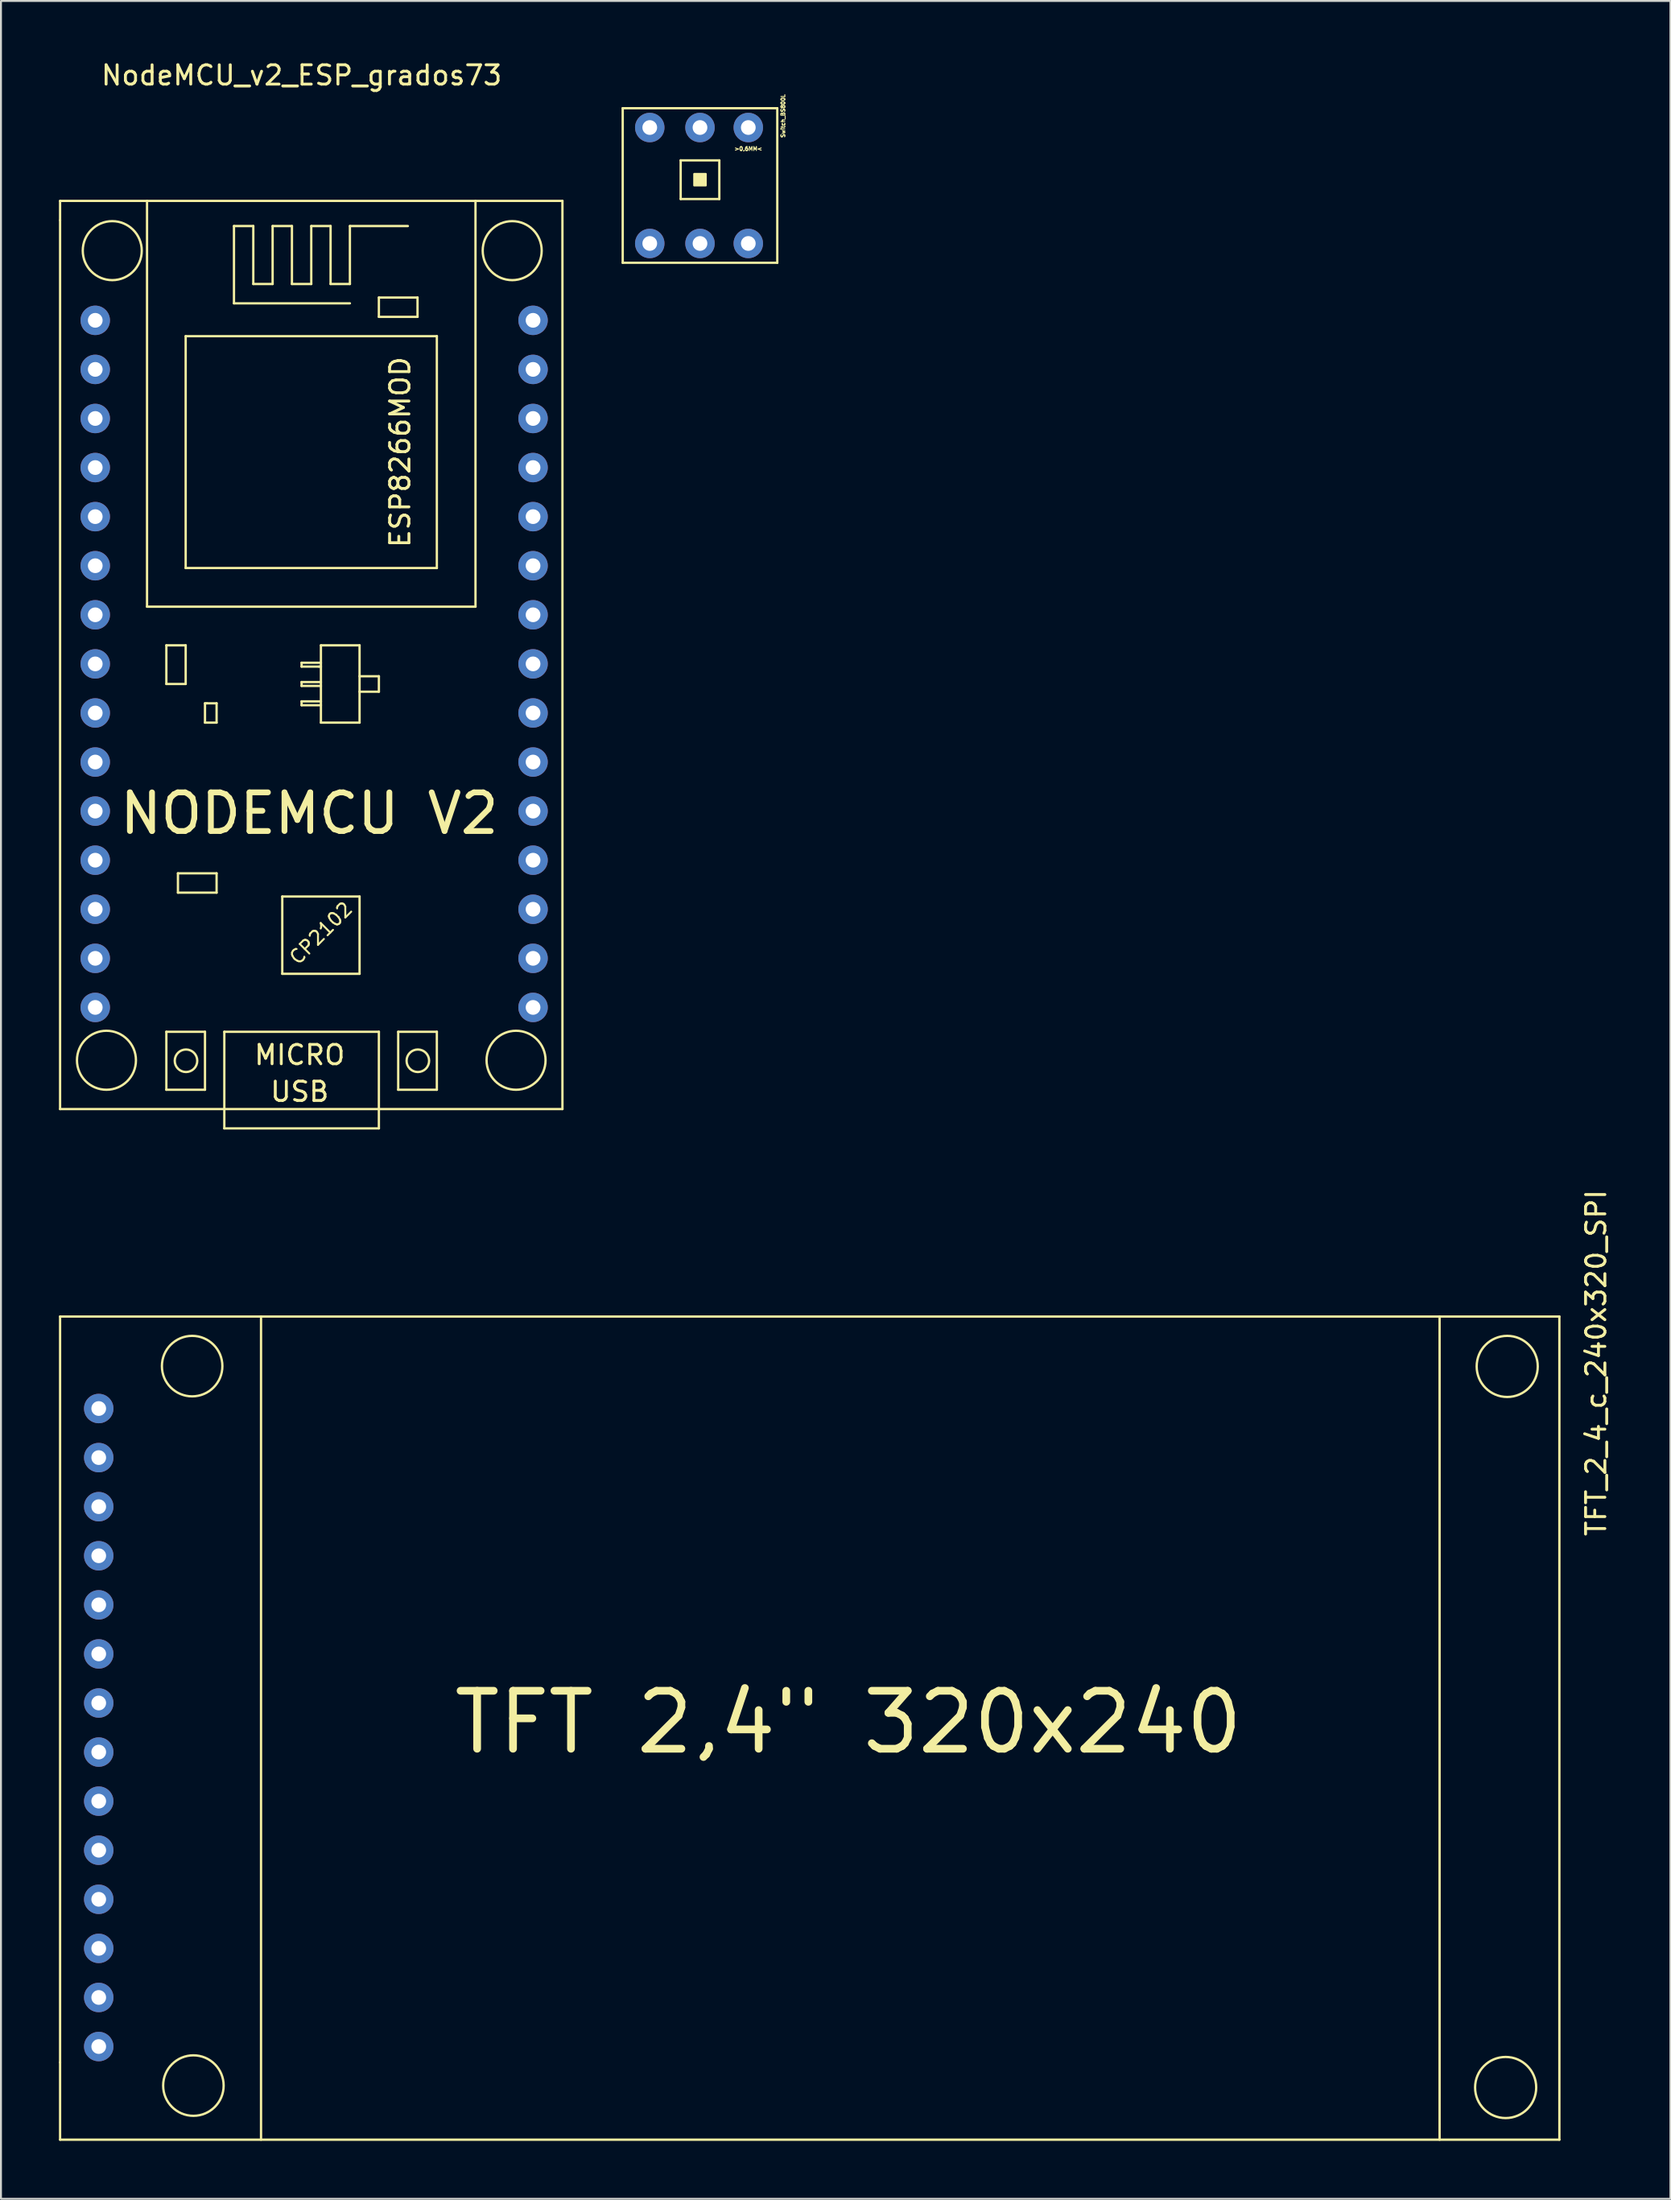
<source format=kicad_pcb>
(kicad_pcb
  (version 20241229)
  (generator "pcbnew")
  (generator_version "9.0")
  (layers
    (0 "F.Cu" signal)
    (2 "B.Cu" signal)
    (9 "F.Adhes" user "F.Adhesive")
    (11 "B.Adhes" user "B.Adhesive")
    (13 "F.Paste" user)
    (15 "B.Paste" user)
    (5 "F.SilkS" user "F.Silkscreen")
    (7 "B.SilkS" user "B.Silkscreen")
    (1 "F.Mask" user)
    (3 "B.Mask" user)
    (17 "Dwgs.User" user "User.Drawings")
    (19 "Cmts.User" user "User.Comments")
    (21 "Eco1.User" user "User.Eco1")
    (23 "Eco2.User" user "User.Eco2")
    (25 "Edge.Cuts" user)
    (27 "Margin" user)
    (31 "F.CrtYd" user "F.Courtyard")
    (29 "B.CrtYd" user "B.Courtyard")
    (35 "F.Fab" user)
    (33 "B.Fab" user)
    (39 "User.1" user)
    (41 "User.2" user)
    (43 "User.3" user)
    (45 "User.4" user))
  (footprint "Switch_BS800L"
    (layer "F.Cu")
    (at 33.18 0.25)
    (property "Reference" "Switch_BS800L" (at 4.3 2.7 90) (layer "F.SilkS") (effects (font (size 0.2 0.2) (thickness 0.05))))
    (attr through_hole)
    (fp_line (start -4 2.3) (end -4 10.3) (stroke (width 0.12) (type solid)) (layer "F.SilkS"))
    (fp_line (start -4 10.3) (end 4 10.3) (stroke (width 0.12) (type solid)) (layer "F.SilkS"))
    (fp_line (start -1 5) (end -1 7) (stroke (width 0.12) (type solid)) (layer "F.SilkS"))
    (fp_line (start -1 7) (end 1 7) (stroke (width 0.12) (type solid)) (layer "F.SilkS"))
    (fp_line (start 1 5) (end -1 5) (stroke (width 0.12) (type solid)) (layer "F.SilkS"))
    (fp_line (start 1 7) (end 1 5) (stroke (width 0.12) (type solid)) (layer "F.SilkS"))
    (fp_line (start 4 2.3) (end -4 2.3) (stroke (width 0.12) (type solid)) (layer "F.SilkS"))
    (fp_line (start 4 10.3) (end 4 2.3) (stroke (width 0.12) (type solid)) (layer "F.SilkS"))
    (fp_poly (pts (xy 0.3 6.3) (xy -0.3 6.3) (xy -0.3 5.7) (xy 0.3 5.7)) (stroke (width 0.1) (type solid)) (fill yes) (layer "F.SilkS"))
    (fp_text user ">0,6MM<" (at 2.5 4.4 0) (layer "F.SilkS") (effects (font (size 0.2 0.2) (thickness 0.05))))
    (pad "" thru_hole circle (at -2.6 3.3) (size 1.524 1.524) (drill 0.762) (layers "*.Cu" "*.Mask"))
    (pad "" thru_hole circle (at -2.6 9.3) (size 1.524 1.524) (drill 0.762) (layers "*.Cu" "*.Mask"))
    (pad "1" thru_hole circle (at 2.5 3.3) (size 1.524 1.524) (drill 0.762) (layers "*.Cu" "*.Mask"))
    (pad "1" thru_hole circle (at 2.5 9.3) (size 1.524 1.524) (drill 0.762) (layers "*.Cu" "*.Mask"))
    (pad "2" thru_hole circle (at 0 3.3) (size 1.524 1.524) (drill 0.762) (layers "*.Cu" "*.Mask"))
    (pad "2" thru_hole circle (at 0 9.3) (size 1.524 1.524) (drill 0.762) (layers "*.Cu" "*.Mask")))
  (footprint "NodeMCU_v2_ESP_grados73"
    (layer "F.Cu")
    (at 12.56 0.348)
    (property "Reference" "NodeMCU_v2_ESP_grados73" (at 0 0.5 0) (layer "F.SilkS") (effects (font (size 1 1) (thickness 0.15))))
    (attr through_hole)
    (fp_line (start -12.5 7) (end -12.5 8) (stroke (width 0.12) (type solid)) (layer "F.SilkS"))
    (fp_line (start -12.5 54) (end -12.5 8) (stroke (width 0.12) (type solid)) (layer "F.SilkS"))
    (fp_line (start -8 7) (end -8 28) (stroke (width 0.12) (type solid)) (layer "F.SilkS"))
    (fp_line (start -7 30) (end -7 32) (stroke (width 0.12) (type solid)) (layer "F.SilkS"))
    (fp_line (start -7 32) (end -6 32) (stroke (width 0.12) (type solid)) (layer "F.SilkS"))
    (fp_line (start -7 50) (end -7 53) (stroke (width 0.12) (type solid)) (layer "F.SilkS"))
    (fp_line (start -7 53) (end -5 53) (stroke (width 0.12) (type solid)) (layer "F.SilkS"))
    (fp_line (start -6.4 41.8) (end -6.4 42.8) (stroke (width 0.12) (type solid)) (layer "F.SilkS"))
    (fp_line (start -6.4 42.8) (end -4.4 42.8) (stroke (width 0.12) (type solid)) (layer "F.SilkS"))
    (fp_line (start -6 14) (end -6 26) (stroke (width 0.12) (type solid)) (layer "F.SilkS"))
    (fp_line (start -6 26) (end 7 26) (stroke (width 0.12) (type solid)) (layer "F.SilkS"))
    (fp_line (start -6 30) (end -7 30) (stroke (width 0.12) (type solid)) (layer "F.SilkS"))
    (fp_line (start -6 32) (end -6 30) (stroke (width 0.12) (type solid)) (layer "F.SilkS"))
    (fp_line (start -5 33) (end -5 34) (stroke (width 0.12) (type solid)) (layer "F.SilkS"))
    (fp_line (start -5 34) (end -4.4 34) (stroke (width 0.12) (type solid)) (layer "F.SilkS"))
    (fp_line (start -5 50) (end -7 50) (stroke (width 0.12) (type solid)) (layer "F.SilkS"))
    (fp_line (start -5 53) (end -5 50) (stroke (width 0.12) (type solid)) (layer "F.SilkS"))
    (fp_line (start -4.9 33) (end -5 33) (stroke (width 0.12) (type solid)) (layer "F.SilkS"))
    (fp_line (start -4.4 33) (end -4.9 33) (stroke (width 0.12) (type solid)) (layer "F.SilkS"))
    (fp_line (start -4.4 34) (end -4.4 33) (stroke (width 0.12) (type solid)) (layer "F.SilkS"))
    (fp_line (start -4.4 41.8) (end -6.4 41.8) (stroke (width 0.12) (type solid)) (layer "F.SilkS"))
    (fp_line (start -4.4 42.8) (end -4.4 41.8) (stroke (width 0.12) (type solid)) (layer "F.SilkS"))
    (fp_line (start -4 50) (end -4 55) (stroke (width 0.12) (type solid)) (layer "F.SilkS"))
    (fp_line (start -4 55) (end 4 55) (stroke (width 0.12) (type solid)) (layer "F.SilkS"))
    (fp_line (start -3.5 8.3) (end -3.5 12.3) (stroke (width 0.12) (type solid)) (layer "F.SilkS"))
    (fp_line (start -3.5 12.3) (end 2.5 12.3) (stroke (width 0.12) (type solid)) (layer "F.SilkS"))
    (fp_line (start -2.5 8.3) (end -3.5 8.3) (stroke (width 0.12) (type solid)) (layer "F.SilkS"))
    (fp_line (start -2.5 11.3) (end -2.5 8.3) (stroke (width 0.12) (type solid)) (layer "F.SilkS"))
    (fp_line (start -1.5 8.3) (end -1.5 11.3) (stroke (width 0.12) (type solid)) (layer "F.SilkS"))
    (fp_line (start -1.5 11.3) (end -2.5 11.3) (stroke (width 0.12) (type solid)) (layer "F.SilkS"))
    (fp_line (start -1 43) (end -1 47) (stroke (width 0.12) (type solid)) (layer "F.SilkS"))
    (fp_line (start -1 47) (end 3 47) (stroke (width 0.12) (type solid)) (layer "F.SilkS"))
    (fp_line (start -0.5 8.3) (end -1.5 8.3) (stroke (width 0.12) (type solid)) (layer "F.SilkS"))
    (fp_line (start -0.5 11.3) (end -0.5 8.3) (stroke (width 0.12) (type solid)) (layer "F.SilkS"))
    (fp_line (start 0 30.9) (end 0 31.1) (stroke (width 0.12) (type solid)) (layer "F.SilkS"))
    (fp_line (start 0 31.1) (end 0.9 31.1) (stroke (width 0.12) (type solid)) (layer "F.SilkS"))
    (fp_line (start 0 31.9) (end 0 32.1) (stroke (width 0.12) (type solid)) (layer "F.SilkS"))
    (fp_line (start 0 32.1) (end 1 32.1) (stroke (width 0.12) (type solid)) (layer "F.SilkS"))
    (fp_line (start 0 32.9) (end 0 33.1) (stroke (width 0.12) (type solid)) (layer "F.SilkS"))
    (fp_line (start 0 33.1) (end 1 33.1) (stroke (width 0.12) (type solid)) (layer "F.SilkS"))
    (fp_line (start 0.5 8.3) (end 0.5 11.3) (stroke (width 0.12) (type solid)) (layer "F.SilkS"))
    (fp_line (start 0.5 11.3) (end -0.5 11.3) (stroke (width 0.12) (type solid)) (layer "F.SilkS"))
    (fp_line (start 0.9 31.1) (end 1 31.1) (stroke (width 0.12) (type solid)) (layer "F.SilkS"))
    (fp_line (start 1 30) (end 1 34) (stroke (width 0.12) (type solid)) (layer "F.SilkS"))
    (fp_line (start 1 30.9) (end 0 30.9) (stroke (width 0.12) (type solid)) (layer "F.SilkS"))
    (fp_line (start 1 31.9) (end 0 31.9) (stroke (width 0.12) (type solid)) (layer "F.SilkS"))
    (fp_line (start 1 32.9) (end 0 32.9) (stroke (width 0.12) (type solid)) (layer "F.SilkS"))
    (fp_line (start 1 34) (end 3 34) (stroke (width 0.12) (type solid)) (layer "F.SilkS"))
    (fp_line (start 1.5 8.3) (end 0.5 8.3) (stroke (width 0.12) (type solid)) (layer "F.SilkS"))
    (fp_line (start 1.5 11.3) (end 1.5 8.3) (stroke (width 0.12) (type solid)) (layer "F.SilkS"))
    (fp_line (start 2.5 8.3) (end 2.5 11.3) (stroke (width 0.12) (type solid)) (layer "F.SilkS"))
    (fp_line (start 2.5 11.3) (end 1.5 11.3) (stroke (width 0.12) (type solid)) (layer "F.SilkS"))
    (fp_line (start 3 30) (end 1 30) (stroke (width 0.12) (type solid)) (layer "F.SilkS"))
    (fp_line (start 3 31.6) (end 4 31.6) (stroke (width 0.12) (type solid)) (layer "F.SilkS"))
    (fp_line (start 3 34) (end 3 30) (stroke (width 0.12) (type solid)) (layer "F.SilkS"))
    (fp_line (start 3 43) (end -1 43) (stroke (width 0.12) (type solid)) (layer "F.SilkS"))
    (fp_line (start 3 47) (end 3 43) (stroke (width 0.12) (type solid)) (layer "F.SilkS"))
    (fp_line (start 4 12) (end 4 13) (stroke (width 0.12) (type solid)) (layer "F.SilkS"))
    (fp_line (start 4 13) (end 6 13) (stroke (width 0.12) (type solid)) (layer "F.SilkS"))
    (fp_line (start 4 31.6) (end 4 32.4) (stroke (width 0.12) (type solid)) (layer "F.SilkS"))
    (fp_line (start 4 32.4) (end 3 32.4) (stroke (width 0.12) (type solid)) (layer "F.SilkS"))
    (fp_line (start 4 50) (end -4 50) (stroke (width 0.12) (type solid)) (layer "F.SilkS"))
    (fp_line (start 4 55) (end 4 50) (stroke (width 0.12) (type solid)) (layer "F.SilkS"))
    (fp_line (start 5 50) (end 5 53) (stroke (width 0.12) (type solid)) (layer "F.SilkS"))
    (fp_line (start 5 53) (end 7 53) (stroke (width 0.12) (type solid)) (layer "F.SilkS"))
    (fp_line (start 5.5 8.3) (end 2.5 8.3) (stroke (width 0.12) (type solid)) (layer "F.SilkS"))
    (fp_line (start 6 12) (end 4 12) (stroke (width 0.12) (type solid)) (layer "F.SilkS"))
    (fp_line (start 6 13) (end 6 12) (stroke (width 0.12) (type solid)) (layer "F.SilkS"))
    (fp_line (start 7 14) (end -6 14) (stroke (width 0.12) (type solid)) (layer "F.SilkS"))
    (fp_line (start 7 26) (end 7 14) (stroke (width 0.12) (type solid)) (layer "F.SilkS"))
    (fp_line (start 7 50) (end 5 50) (stroke (width 0.12) (type solid)) (layer "F.SilkS"))
    (fp_line (start 7 53) (end 7 50) (stroke (width 0.12) (type solid)) (layer "F.SilkS"))
    (fp_line (start 9 7) (end 9 28) (stroke (width 0.12) (type solid)) (layer "F.SilkS"))
    (fp_line (start 9 28) (end -8 28) (stroke (width 0.12) (type solid)) (layer "F.SilkS"))
    (fp_line (start 13.5 7) (end -12.5 7) (stroke (width 0.12) (type solid)) (layer "F.SilkS"))
    (fp_line (start 13.5 7) (end 13.5 54) (stroke (width 0.12) (type solid)) (layer "F.SilkS"))
    (fp_line (start 13.5 54) (end -12.5 54) (stroke (width 0.12) (type solid)) (layer "F.SilkS"))
    (fp_circle (center -10.1 51.474) (end -8.8 52.274) (stroke (width 0.12) (type solid)) (fill no) (layer "F.SilkS"))
    (fp_circle (center -9.8 9.574) (end -8.5 10.374) (stroke (width 0.12) (type solid)) (fill no) (layer "F.SilkS"))
    (fp_circle (center -5.983 51.5) (end -5.483 51.8) (stroke (width 0.12) (type solid)) (fill no) (layer "F.SilkS"))
    (fp_circle (center 6.017 51.5) (end 6.517 51.8) (stroke (width 0.12) (type solid)) (fill no) (layer "F.SilkS"))
    (fp_circle (center 10.9 9.574) (end 12.2 10.374) (stroke (width 0.12) (type solid)) (fill no) (layer "F.SilkS"))
    (fp_circle (center 11.1 51.474) (end 12.4 52.274) (stroke (width 0.12) (type solid)) (fill no) (layer "F.SilkS"))
    (fp_text user "CP2102" (at 1 44.9 45) (layer "F.SilkS") (effects (font (size 0.7 0.7) (thickness 0.1))))
    (fp_text user "NODEMCU V2" (at 0.4 38.7 0) (layer "F.SilkS") (effects (font (size 2 2) (thickness 0.3))))
    (fp_text user "ESP8266MOD" (at 5.1 20 270) (layer "F.SilkS") (effects (font (size 1 1) (thickness 0.15))))
    (fp_text user "MICRO" (at -0.1 51.2 0) (layer "F.SilkS") (effects (font (size 1 1) (thickness 0.15))))
    (fp_text user "USB" (at -0.1 53.1 0) (layer "F.SilkS") (effects (font (size 1 1) (thickness 0.15))))
    (pad "1" thru_hole circle (at -10.68 13.18) (size 1.524 1.524) (drill 0.762) (layers "*.Cu" "*.Mask"))
    (pad "2" thru_hole circle (at -10.68 15.72) (size 1.524 1.524) (drill 0.762) (layers "*.Cu" "*.Mask"))
    (pad "3" thru_hole circle (at -10.68 18.26) (size 1.524 1.524) (drill 0.762) (layers "*.Cu" "*.Mask"))
    (pad "4" thru_hole circle (at -10.68 20.8) (size 1.524 1.524) (drill 0.762) (layers "*.Cu" "*.Mask"))
    (pad "5" thru_hole circle (at -10.68 23.34) (size 1.524 1.524) (drill 0.762) (layers "*.Cu" "*.Mask"))
    (pad "6" thru_hole circle (at -10.68 25.88) (size 1.524 1.524) (drill 0.762) (layers "*.Cu" "*.Mask"))
    (pad "7" thru_hole circle (at -10.68 28.42) (size 1.524 1.524) (drill 0.762) (layers "*.Cu" "*.Mask"))
    (pad "8" thru_hole circle (at -10.68 30.96) (size 1.524 1.524) (drill 0.762) (layers "*.Cu" "*.Mask"))
    (pad "9" thru_hole circle (at -10.68 33.5) (size 1.524 1.524) (drill 0.762) (layers "*.Cu" "*.Mask"))
    (pad "10" thru_hole circle (at -10.68 36.04) (size 1.524 1.524) (drill 0.762) (layers "*.Cu" "*.Mask"))
    (pad "11" thru_hole circle (at -10.68 38.58) (size 1.524 1.524) (drill 0.762) (layers "*.Cu" "*.Mask"))
    (pad "12" thru_hole circle (at -10.68 41.12) (size 1.524 1.524) (drill 0.762) (layers "*.Cu" "*.Mask"))
    (pad "13" thru_hole circle (at -10.68 43.66) (size 1.524 1.524) (drill 0.762) (layers "*.Cu" "*.Mask"))
    (pad "14" thru_hole circle (at -10.68 46.2) (size 1.524 1.524) (drill 0.762) (layers "*.Cu" "*.Mask"))
    (pad "15" thru_hole circle (at -10.68 48.74) (size 1.524 1.524) (drill 0.762) (layers "*.Cu" "*.Mask"))
    (pad "16" thru_hole circle (at 11.98 13.18) (size 1.524 1.524) (drill 0.762) (layers "*.Cu" "*.Mask"))
    (pad "17" thru_hole circle (at 11.98 15.72) (size 1.524 1.524) (drill 0.762) (layers "*.Cu" "*.Mask"))
    (pad "18" thru_hole circle (at 11.98 18.26) (size 1.524 1.524) (drill 0.762) (layers "*.Cu" "*.Mask"))
    (pad "19" thru_hole circle (at 11.98 20.8) (size 1.524 1.524) (drill 0.762) (layers "*.Cu" "*.Mask"))
    (pad "20" thru_hole circle (at 11.98 23.34) (size 1.524 1.524) (drill 0.762) (layers "*.Cu" "*.Mask"))
    (pad "21" thru_hole circle (at 11.98 25.88) (size 1.524 1.524) (drill 0.762) (layers "*.Cu" "*.Mask"))
    (pad "22" thru_hole circle (at 11.98 28.42) (size 1.524 1.524) (drill 0.762) (layers "*.Cu" "*.Mask"))
    (pad "23" thru_hole circle (at 11.98 30.96) (size 1.524 1.524) (drill 0.762) (layers "*.Cu" "*.Mask"))
    (pad "24" thru_hole circle (at 11.98 33.5) (size 1.524 1.524) (drill 0.762) (layers "*.Cu" "*.Mask"))
    (pad "25" thru_hole circle (at 11.98 36.04) (size 1.524 1.524) (drill 0.762) (layers "*.Cu" "*.Mask"))
    (pad "26" thru_hole circle (at 11.98 38.58) (size 1.524 1.524) (drill 0.762) (layers "*.Cu" "*.Mask"))
    (pad "27" thru_hole circle (at 11.98 41.12) (size 1.524 1.524) (drill 0.762) (layers "*.Cu" "*.Mask"))
    (pad "28" thru_hole circle (at 11.98 43.66) (size 1.524 1.524) (drill 0.762) (layers "*.Cu" "*.Mask"))
    (pad "29" thru_hole circle (at 11.98 46.2) (size 1.524 1.524) (drill 0.762) (layers "*.Cu" "*.Mask"))
    (pad "30" thru_hole circle (at 11.98 48.74) (size 1.524 1.524) (drill 0.762) (layers "*.Cu" "*.Mask")))
  (footprint "TFT_2_4_c_240x320_SPI"
    (layer "F.Cu")
    (at 27.46 59.686)
    (property "Reference" "TFT_2_4_c_240x320_SPI" (at 52.1 7.8 90) (layer "F.SilkS") (effects (font (size 1 1) (thickness 0.15))))
    (attr through_hole)
    (fp_line (start -27.4 5.4) (end -27.4 44) (stroke (width 0.12) (type solid)) (layer "F.SilkS"))
    (fp_line (start -27.4 5.4) (end 50.2 5.4) (stroke (width 0.12) (type solid)) (layer "F.SilkS"))
    (fp_line (start -27.4 44) (end -27.4 48) (stroke (width 0.12) (type solid)) (layer "F.SilkS"))
    (fp_line (start -27.4 48) (end 50.2 48) (stroke (width 0.12) (type solid)) (layer "F.SilkS"))
    (fp_line (start -17 48) (end -17 5.4) (stroke (width 0.12) (type solid)) (layer "F.SilkS"))
    (fp_line (start 44 48) (end 44 5.4) (stroke (width 0.12) (type solid)) (layer "F.SilkS"))
    (fp_line (start 50.2 48) (end 50.2 5.4) (stroke (width 0.12) (type solid)) (layer "F.SilkS"))
    (fp_circle (center -20.565 7.965) (end -19.165 8.665) (stroke (width 0.12) (type solid)) (fill no) (layer "F.SilkS"))
    (fp_circle (center -20.5 45.2) (end -19.1 45.9) (stroke (width 0.12) (type solid)) (fill no) (layer "F.SilkS"))
    (fp_circle (center 47.419 45.3) (end 48.919 45.8) (stroke (width 0.12) (type solid)) (fill no) (layer "F.SilkS"))
    (fp_circle (center 47.5 7.981) (end 49 8.481) (stroke (width 0.12) (type solid)) (fill no) (layer "F.SilkS"))
    (fp_text user "TFT 2,4\" 320x240" (at 13.4 26.4 0) (layer "F.SilkS") (effects (font (size 3 3) (thickness 0.4))))
    (pad "1" thru_hole circle (at -25.4 10.16) (size 1.524 1.524) (drill 0.762) (layers "*.Cu" "*.Mask"))
    (pad "2" thru_hole circle (at -25.4 12.7) (size 1.524 1.524) (drill 0.762) (layers "*.Cu" "*.Mask"))
    (pad "3" thru_hole circle (at -25.4 15.24) (size 1.524 1.524) (drill 0.762) (layers "*.Cu" "*.Mask"))
    (pad "4" thru_hole circle (at -25.4 17.78) (size 1.524 1.524) (drill 0.762) (layers "*.Cu" "*.Mask"))
    (pad "5" thru_hole circle (at -25.4 20.32) (size 1.524 1.524) (drill 0.762) (layers "*.Cu" "*.Mask"))
    (pad "6" thru_hole circle (at -25.4 22.86) (size 1.524 1.524) (drill 0.762) (layers "*.Cu" "*.Mask"))
    (pad "7" thru_hole circle (at -25.4 25.4) (size 1.524 1.524) (drill 0.762) (layers "*.Cu" "*.Mask"))
    (pad "8" thru_hole circle (at -25.4 27.94) (size 1.524 1.524) (drill 0.762) (layers "*.Cu" "*.Mask"))
    (pad "9" thru_hole circle (at -25.4 30.48) (size 1.524 1.524) (drill 0.762) (layers "*.Cu" "*.Mask"))
    (pad "10" thru_hole circle (at -25.4 33.02) (size 1.524 1.524) (drill 0.762) (layers "*.Cu" "*.Mask"))
    (pad "11" thru_hole circle (at -25.4 35.56) (size 1.524 1.524) (drill 0.762) (layers "*.Cu" "*.Mask"))
    (pad "12" thru_hole circle (at -25.4 38.1) (size 1.524 1.524) (drill 0.762) (layers "*.Cu" "*.Mask"))
    (pad "13" thru_hole circle (at -25.4 40.64) (size 1.524 1.524) (drill 0.762) (layers "*.Cu" "*.Mask"))
    (pad "14" thru_hole circle (at -25.4 43.18) (size 1.524 1.524) (drill 0.762) (layers "*.Cu" "*.Mask")))
  (gr_rect
    (start -3 -3)
    (end 83.408 110.746)
    (stroke (width 0.1) (type default))
    (fill no)
    (layer "Edge.Cuts")))
</source>
